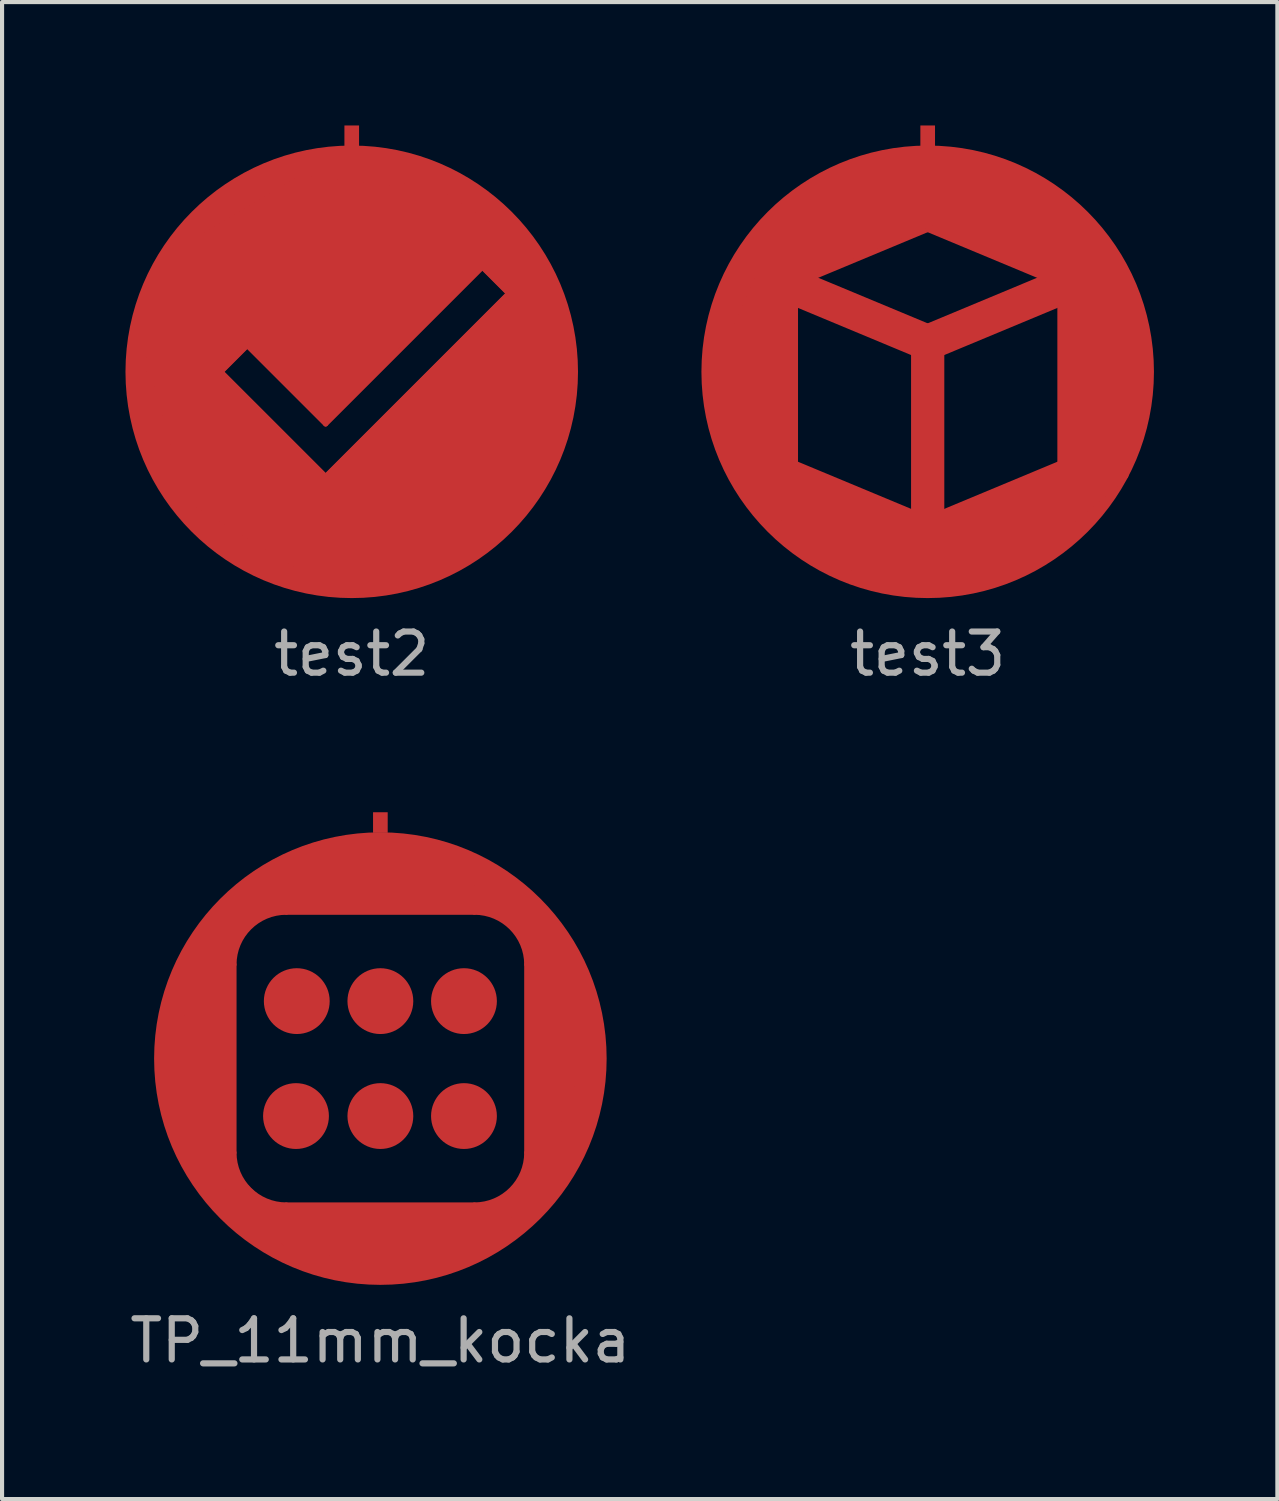
<source format=kicad_pcb>
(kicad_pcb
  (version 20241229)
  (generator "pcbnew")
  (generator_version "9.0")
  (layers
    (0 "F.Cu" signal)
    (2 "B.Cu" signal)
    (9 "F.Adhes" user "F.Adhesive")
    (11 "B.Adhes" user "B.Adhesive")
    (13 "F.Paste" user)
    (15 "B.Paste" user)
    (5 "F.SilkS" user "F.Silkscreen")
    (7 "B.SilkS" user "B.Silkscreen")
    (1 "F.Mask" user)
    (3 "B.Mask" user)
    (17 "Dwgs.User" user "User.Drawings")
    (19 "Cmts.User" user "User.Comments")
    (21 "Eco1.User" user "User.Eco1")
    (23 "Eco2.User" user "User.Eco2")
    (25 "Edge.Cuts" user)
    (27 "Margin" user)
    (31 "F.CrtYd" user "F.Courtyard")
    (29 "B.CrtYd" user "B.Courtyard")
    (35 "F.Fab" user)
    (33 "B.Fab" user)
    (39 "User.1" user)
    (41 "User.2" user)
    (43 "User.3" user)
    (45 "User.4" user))
  (footprint "TP_11mm_kocka"
    (layer "F.Cu")
    (at 6.196 22.682)
    (property "Reference" "TP_11mm_kocka" (at 0 6.858 0) (layer "F.Fab") (effects (font (size 1 1) (thickness 0.15))))
    (attr through_hole)
    (fp_line (start -3.556 2.286) (end -3.556 -2.286) (stroke (width 0.12) (type solid)) (layer "F.Cu"))
    (fp_line (start -2.286 -3.556) (end 2.286 -3.556) (stroke (width 0.12) (type solid)) (layer "F.Cu"))
    (fp_line (start 2.286 3.556) (end -2.286 3.556) (stroke (width 0.12) (type solid)) (layer "F.Cu"))
    (fp_line (start 3.556 -2.286) (end 3.556 2.286) (stroke (width 0.12) (type solid)) (layer "F.Cu"))
    (fp_arc (start -3.556 -2.286) (mid -3.184026 -3.184026) (end -2.286 -3.556) (stroke (width 0.12) (type solid)) (layer "F.Cu"))
    (fp_arc (start -2.286 3.556) (mid -3.184026 3.184026) (end -3.556 2.286) (stroke (width 0.12) (type solid)) (layer "F.Cu"))
    (fp_arc (start 2.286 -3.556) (mid 3.184026 -3.184026) (end 3.556 -2.286) (stroke (width 0.12) (type solid)) (layer "F.Cu"))
    (fp_arc (start 3.556 2.286) (mid 3.184026 3.184026) (end 2.286 3.556) (stroke (width 0.12) (type solid)) (layer "F.Cu"))
    (fp_circle (center -2.051 1.397) (end -1.651 1.397) (stroke (width 0.8) (type solid)) (fill no) (layer "F.Cu"))
    (fp_circle (center -2.032 -1.397) (end -1.632 -1.397) (stroke (width 0.8) (type solid)) (fill no) (layer "F.Cu"))
    (fp_circle (center 0 -1.397) (end 0.4 -1.397) (stroke (width 0.8) (type solid)) (fill no) (layer "F.Cu"))
    (fp_circle (center 0 0) (end 5 0) (stroke (width 1) (type solid)) (fill no) (layer "F.Cu"))
    (fp_circle (center 0 1.397) (end 0.4 1.397) (stroke (width 0.8) (type solid)) (fill no) (layer "F.Cu"))
    (fp_circle (center 2.032 -1.397) (end 2.432 -1.397) (stroke (width 0.8) (type solid)) (fill no) (layer "F.Cu"))
    (fp_circle (center 2.032 1.397) (end 2.432 1.397) (stroke (width 0.8) (type solid)) (fill no) (layer "F.Cu"))
    (fp_poly (pts (xy 1.867 -4.521) (xy 4.039 -2.959) (xy 4.864 0.254) (xy 3.683 3.594) (xy 3.264 3.099) (xy 3.493 2.667) (xy 3.543 2.197) (xy 3.556 0.787) (xy 3.543 -2.299) (xy 3.442 -2.807) (xy 3.15 -3.251) (xy 2.794 -3.442) (xy 2.388 -3.543) (xy -2.388 -3.543) (xy -2.781 -3.467) (xy -3.124 -3.264) (xy -3.505 -2.692) (xy -3.581 -2.083) (xy -3.556 2.388) (xy -3.416 2.896) (xy -2.883 3.416) (xy -2.502 3.531) (xy 0.927 3.556) (xy 2.337 3.569) (xy 2.857 3.442) (xy 3.289 3.975) (xy 2.426 4.547) (xy 0.025 5.067) (xy -2.362 4.547) (xy -4.153 2.819) (xy -5.055 -0.14) (xy -4.039 -3.226) (xy -1.067 -4.889)) (stroke (width 0.01) (type solid)) (fill yes) (layer "F.Cu"))
    (pad "1" smd rect (at 0 -5.738) (size 0.356 0.5) (layers "F.Cu")))
  (footprint "test2"
    (layer "F.Cu")
    (at 5.5 5.988)
    (property "Reference" "test2" (at 0 6.858 0) (layer "F.Fab") (effects (font (size 1 1) (thickness 0.15))))
    (attr through_hole)
    (fp_line (start -3.175 0) (end -0.635 2.54) (stroke (width 0.12) (type solid)) (layer "F.Cu"))
    (fp_line (start -2.54 -0.635) (end -3.175 0) (stroke (width 0.12) (type solid)) (layer "F.Cu"))
    (fp_line (start -0.635 1.27) (end -2.54 -0.635) (stroke (width 0.12) (type solid)) (layer "F.Cu"))
    (fp_line (start -0.635 2.54) (end 3.81 -1.905) (stroke (width 0.12) (type solid)) (layer "F.Cu"))
    (fp_line (start 3.175 -2.54) (end -0.635 1.27) (stroke (width 0.12) (type solid)) (layer "F.Cu"))
    (fp_line (start 3.81 -1.905) (end 3.175 -2.54) (stroke (width 0.12) (type solid)) (layer "F.Cu"))
    (fp_circle (center 0 0) (end 5 0) (stroke (width 1) (type solid)) (fill no) (layer "F.Cu"))
    (fp_poly (pts (xy 4.191 -1.905) (xy 3.81 -1.905) (xy 3.175 -2.54) (xy 3.556 -3.048)) (stroke (width 0.1) (type solid)) (fill yes) (layer "F.Cu"))
    (fp_poly (pts (xy 2.032 -4.445) (xy 3.81 -3.302) (xy 3.175 -2.54) (xy -0.635 1.27) (xy -2.54 -0.635) (xy -3.175 0) (xy -0.635 2.54) (xy 3.81 -1.905) (xy 4.699 -1.905) (xy 4.572 1.905) (xy 2.667 4.445) (xy -1.143 4.953) (xy -4.064 3.175) (xy -5.08 -0.508) (xy -3.81 -3.302) (xy -1.27 -4.826)) (stroke (width 0.1) (type solid)) (fill yes) (layer "F.Cu"))
    (pad "1" smd rect (at 0 -5.738) (size 0.356 0.5) (layers "F.Cu")))
  (footprint "test3"
    (layer "F.Cu")
    (at 19.5 5.988)
    (property "Reference" "test3" (at 0 6.858 0) (layer "F.Fab") (effects (font (size 1 1) (thickness 0.15))))
    (attr through_hole)
    (fp_line (start -3.81 -2.286) (end 0 -0.762) (stroke (width 0.5) (type solid)) (layer "F.Cu"))
    (fp_line (start -3.302 -1.778) (end -3.302 2.286) (stroke (width 0.3) (type solid)) (layer "F.Cu"))
    (fp_line (start -3.302 2.286) (end -0.254 3.556) (stroke (width 0.3) (type solid)) (layer "F.Cu"))
    (fp_line (start -3.048 -2.286) (end 0 -3.556) (stroke (width 0.3) (type solid)) (layer "F.Cu"))
    (fp_line (start -0.254 -0.508) (end -3.302 -1.778) (stroke (width 0.3) (type solid)) (layer "F.Cu"))
    (fp_line (start -0.254 3.556) (end -0.254 -0.508) (stroke (width 0.3) (type solid)) (layer "F.Cu"))
    (fp_line (start 0 -1.016) (end -3.048 -2.286) (stroke (width 0.3) (type solid)) (layer "F.Cu"))
    (fp_line (start 0 -1.016) (end 3.048 -2.286) (stroke (width 0.3) (type solid)) (layer "F.Cu"))
    (fp_line (start 0 -0.762) (end 3.81 -2.286) (stroke (width 0.5) (type solid)) (layer "F.Cu"))
    (fp_line (start 0 4.064) (end 0 -0.762) (stroke (width 0.5) (type solid)) (layer "F.Cu"))
    (fp_line (start 0.254 -0.508) (end 3.302 -1.778) (stroke (width 0.3) (type solid)) (layer "F.Cu"))
    (fp_line (start 0.254 3.556) (end 0.254 -0.508) (stroke (width 0.3) (type solid)) (layer "F.Cu"))
    (fp_line (start 0.254 3.556) (end 3.302 2.286) (stroke (width 0.3) (type solid)) (layer "F.Cu"))
    (fp_line (start 3.048 -2.286) (end 0 -3.556) (stroke (width 0.3) (type solid)) (layer "F.Cu"))
    (fp_line (start 3.302 2.286) (end 3.302 -1.778) (stroke (width 0.3) (type solid)) (layer "F.Cu"))
    (fp_circle (center 0 0) (end 5 0) (stroke (width 1) (type solid)) (fill no) (layer "F.Cu"))
    (fp_poly (pts (xy 3.556 -3.556) (xy 4.572 -2.286) (xy 5.334 0) (xy 4.826 2.54) (xy 3.302 3.81) (xy 0.254 5.08) (xy 0.254 3.556) (xy 3.302 2.286) (xy 3.302 -1.778) (xy 3.048 -2.286) (xy 0 -3.556) (xy 0 -4.826) (xy 1.016 -4.826)) (stroke (width 0.1) (type solid)) (fill yes) (layer "F.Cu"))
    (fp_poly (pts (xy 0 -3.556) (xy -3.048 -2.286) (xy -3.302 -1.778) (xy -3.302 2.286) (xy -0.254 3.556) (xy 0.254 3.556) (xy 0.254 4.826) (xy -1.778 4.826) (xy -3.556 3.556) (xy -4.826 1.524) (xy -4.826 -1.016) (xy -3.81 -3.302) (xy -2.032 -4.572) (xy 0 -5.08)) (stroke (width 0.1) (type solid)) (fill yes) (layer "F.Cu"))
    (pad "1" smd rect (at 0 -5.738) (size 0.356 0.5) (layers "F.Cu")))
  (gr_rect
    (start -3 -3)
    (end 28 33.388)
    (stroke (width 0.1) (type default))
    (fill no)
    (layer "Edge.Cuts")))
</source>
